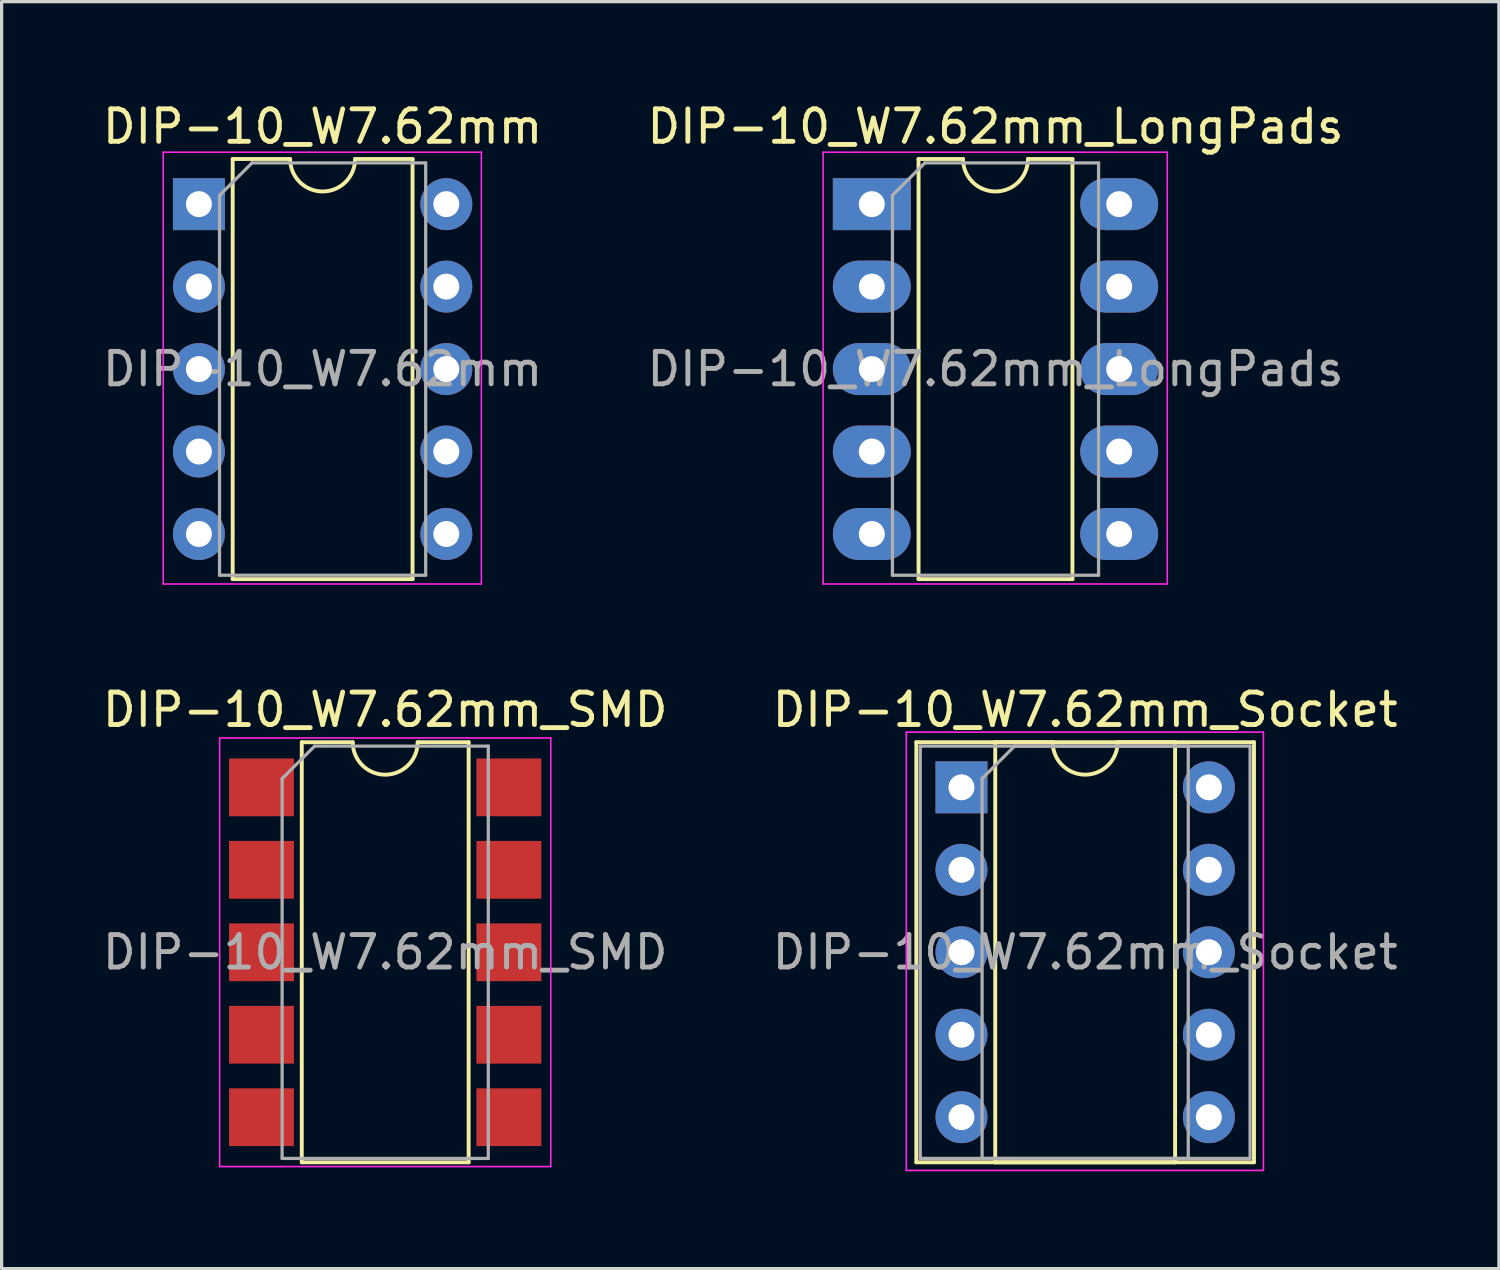
<source format=kicad_pcb>
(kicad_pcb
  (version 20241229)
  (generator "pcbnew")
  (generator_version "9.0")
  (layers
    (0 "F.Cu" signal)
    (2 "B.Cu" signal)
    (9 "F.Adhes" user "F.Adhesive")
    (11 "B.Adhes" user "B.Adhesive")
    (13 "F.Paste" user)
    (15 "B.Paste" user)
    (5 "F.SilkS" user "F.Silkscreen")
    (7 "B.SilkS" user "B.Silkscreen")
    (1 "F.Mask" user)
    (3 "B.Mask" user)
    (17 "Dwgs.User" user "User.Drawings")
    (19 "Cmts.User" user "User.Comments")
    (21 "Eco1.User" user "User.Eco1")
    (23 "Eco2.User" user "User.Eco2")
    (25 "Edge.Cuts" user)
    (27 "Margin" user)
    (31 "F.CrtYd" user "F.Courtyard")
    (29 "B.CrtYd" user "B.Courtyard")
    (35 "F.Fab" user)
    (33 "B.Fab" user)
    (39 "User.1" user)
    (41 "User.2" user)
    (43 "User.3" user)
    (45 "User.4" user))
  (footprint "DIP-10_W7.62mm_Socket"
    (layer "F.Cu")
    (at 26.565 21.201)
    (property "Reference" "DIP-10_W7.62mm_Socket" (at 3.81 -2.39 0) (layer "F.SilkS") (effects (font (size 1 1) (thickness 0.15))))
    (attr through_hole)
    (fp_line (start -1.39 -1.39) (end -1.39 11.55) (stroke (width 0.12) (type solid)) (layer "F.SilkS"))
    (fp_line (start -1.39 11.55) (end 9.01 11.55) (stroke (width 0.12) (type solid)) (layer "F.SilkS"))
    (fp_line (start 1.04 -1.39) (end 1.04 11.55) (stroke (width 0.12) (type solid)) (layer "F.SilkS"))
    (fp_line (start 1.04 11.55) (end 6.58 11.55) (stroke (width 0.12) (type solid)) (layer "F.SilkS"))
    (fp_line (start 2.81 -1.39) (end 1.04 -1.39) (stroke (width 0.12) (type solid)) (layer "F.SilkS"))
    (fp_line (start 6.58 -1.39) (end 4.81 -1.39) (stroke (width 0.12) (type solid)) (layer "F.SilkS"))
    (fp_line (start 6.58 11.55) (end 6.58 -1.39) (stroke (width 0.12) (type solid)) (layer "F.SilkS"))
    (fp_line (start 9.01 -1.39) (end -1.39 -1.39) (stroke (width 0.12) (type solid)) (layer "F.SilkS"))
    (fp_line (start 9.01 11.55) (end 9.01 -1.39) (stroke (width 0.12) (type solid)) (layer "F.SilkS"))
    (fp_arc (start 4.81 -1.39) (mid 3.81 -0.39) (end 2.81 -1.39) (stroke (width 0.12) (type solid)) (layer "F.SilkS"))
    (fp_line (start -1.7 -1.7) (end -1.7 11.8) (stroke (width 0.05) (type solid)) (layer "F.CrtYd"))
    (fp_line (start -1.7 11.8) (end 9.3 11.8) (stroke (width 0.05) (type solid)) (layer "F.CrtYd"))
    (fp_line (start 9.3 -1.7) (end -1.7 -1.7) (stroke (width 0.05) (type solid)) (layer "F.CrtYd"))
    (fp_line (start 9.3 11.8) (end 9.3 -1.7) (stroke (width 0.05) (type solid)) (layer "F.CrtYd"))
    (fp_line (start -1.27 -1.27) (end -1.27 11.43) (stroke (width 0.1) (type solid)) (layer "F.Fab"))
    (fp_line (start -1.27 11.43) (end 8.89 11.43) (stroke (width 0.1) (type solid)) (layer "F.Fab"))
    (fp_line (start 0.635 -0.27) (end 1.635 -1.27) (stroke (width 0.1) (type solid)) (layer "F.Fab"))
    (fp_line (start 0.635 11.43) (end 0.635 -0.27) (stroke (width 0.1) (type solid)) (layer "F.Fab"))
    (fp_line (start 1.635 -1.27) (end 6.985 -1.27) (stroke (width 0.1) (type solid)) (layer "F.Fab"))
    (fp_line (start 6.985 -1.27) (end 6.985 11.43) (stroke (width 0.1) (type solid)) (layer "F.Fab"))
    (fp_line (start 6.985 11.43) (end 0.635 11.43) (stroke (width 0.1) (type solid)) (layer "F.Fab"))
    (fp_line (start 8.89 -1.27) (end -1.27 -1.27) (stroke (width 0.1) (type solid)) (layer "F.Fab"))
    (fp_line (start 8.89 11.43) (end 8.89 -1.27) (stroke (width 0.1) (type solid)) (layer "F.Fab"))
    (fp_text user "${REFERENCE}" (at 3.81 5.08 0) (layer "F.Fab") (effects (font (size 1 1) (thickness 0.15))))
    (pad "1" thru_hole rect (at 0 0) (size 1.6 1.6) (drill 0.8) (layers "*.Cu" "*.Mask"))
    (pad "2" thru_hole oval (at 0 2.54) (size 1.6 1.6) (drill 0.8) (layers "*.Cu" "*.Mask"))
    (pad "3" thru_hole oval (at 0 5.08) (size 1.6 1.6) (drill 0.8) (layers "*.Cu" "*.Mask"))
    (pad "4" thru_hole oval (at 0 7.62) (size 1.6 1.6) (drill 0.8) (layers "*.Cu" "*.Mask"))
    (pad "5" thru_hole oval (at 0 10.16) (size 1.6 1.6) (drill 0.8) (layers "*.Cu" "*.Mask"))
    (pad "6" thru_hole oval (at 7.62 10.16) (size 1.6 1.6) (drill 0.8) (layers "*.Cu" "*.Mask"))
    (pad "7" thru_hole oval (at 7.62 7.62) (size 1.6 1.6) (drill 0.8) (layers "*.Cu" "*.Mask"))
    (pad "8" thru_hole oval (at 7.62 5.08) (size 1.6 1.6) (drill 0.8) (layers "*.Cu" "*.Mask"))
    (pad "9" thru_hole oval (at 7.62 2.54) (size 1.6 1.6) (drill 0.8) (layers "*.Cu" "*.Mask"))
    (pad "10" thru_hole oval (at 7.62 0) (size 1.6 1.6) (drill 0.8) (layers "*.Cu" "*.Mask")))
  (footprint "DIP-10_W7.62mm_LongPads"
    (layer "F.Cu")
    (at 23.803 3.238)
    (property "Reference" "DIP-10_W7.62mm_LongPads" (at 3.81 -2.39 0) (layer "F.SilkS") (effects (font (size 1 1) (thickness 0.15))))
    (attr through_hole)
    (fp_line (start 1.44 -1.39) (end 1.44 11.55) (stroke (width 0.12) (type solid)) (layer "F.SilkS"))
    (fp_line (start 1.44 11.55) (end 6.18 11.55) (stroke (width 0.12) (type solid)) (layer "F.SilkS"))
    (fp_line (start 2.81 -1.39) (end 1.44 -1.39) (stroke (width 0.12) (type solid)) (layer "F.SilkS"))
    (fp_line (start 6.18 -1.39) (end 4.81 -1.39) (stroke (width 0.12) (type solid)) (layer "F.SilkS"))
    (fp_line (start 6.18 11.55) (end 6.18 -1.39) (stroke (width 0.12) (type solid)) (layer "F.SilkS"))
    (fp_arc (start 4.81 -1.39) (mid 3.81 -0.39) (end 2.81 -1.39) (stroke (width 0.12) (type solid)) (layer "F.SilkS"))
    (fp_line (start -1.5 -1.6) (end -1.5 11.7) (stroke (width 0.05) (type solid)) (layer "F.CrtYd"))
    (fp_line (start -1.5 11.7) (end 9.1 11.7) (stroke (width 0.05) (type solid)) (layer "F.CrtYd"))
    (fp_line (start 9.1 -1.6) (end -1.5 -1.6) (stroke (width 0.05) (type solid)) (layer "F.CrtYd"))
    (fp_line (start 9.1 11.7) (end 9.1 -1.6) (stroke (width 0.05) (type solid)) (layer "F.CrtYd"))
    (fp_line (start 0.635 -0.27) (end 1.635 -1.27) (stroke (width 0.1) (type solid)) (layer "F.Fab"))
    (fp_line (start 0.635 11.43) (end 0.635 -0.27) (stroke (width 0.1) (type solid)) (layer "F.Fab"))
    (fp_line (start 1.635 -1.27) (end 6.985 -1.27) (stroke (width 0.1) (type solid)) (layer "F.Fab"))
    (fp_line (start 6.985 -1.27) (end 6.985 11.43) (stroke (width 0.1) (type solid)) (layer "F.Fab"))
    (fp_line (start 6.985 11.43) (end 0.635 11.43) (stroke (width 0.1) (type solid)) (layer "F.Fab"))
    (fp_text user "${REFERENCE}" (at 3.81 5.08 0) (layer "F.Fab") (effects (font (size 1 1) (thickness 0.15))))
    (pad "1" thru_hole rect (at 0 0) (size 2.4 1.6) (drill 0.8) (layers "*.Cu" "*.Mask"))
    (pad "2" thru_hole oval (at 0 2.54) (size 2.4 1.6) (drill 0.8) (layers "*.Cu" "*.Mask"))
    (pad "3" thru_hole oval (at 0 5.08) (size 2.4 1.6) (drill 0.8) (layers "*.Cu" "*.Mask"))
    (pad "4" thru_hole oval (at 0 7.62) (size 2.4 1.6) (drill 0.8) (layers "*.Cu" "*.Mask"))
    (pad "5" thru_hole oval (at 0 10.16) (size 2.4 1.6) (drill 0.8) (layers "*.Cu" "*.Mask"))
    (pad "6" thru_hole oval (at 7.62 10.16) (size 2.4 1.6) (drill 0.8) (layers "*.Cu" "*.Mask"))
    (pad "7" thru_hole oval (at 7.62 7.62) (size 2.4 1.6) (drill 0.8) (layers "*.Cu" "*.Mask"))
    (pad "8" thru_hole oval (at 7.62 5.08) (size 2.4 1.6) (drill 0.8) (layers "*.Cu" "*.Mask"))
    (pad "9" thru_hole oval (at 7.62 2.54) (size 2.4 1.6) (drill 0.8) (layers "*.Cu" "*.Mask"))
    (pad "10" thru_hole oval (at 7.62 0) (size 2.4 1.6) (drill 0.8) (layers "*.Cu" "*.Mask")))
  (footprint "DIP-10_W7.62mm"
    (layer "F.Cu")
    (at 3.077 3.238)
    (property "Reference" "DIP-10_W7.62mm" (at 3.81 -2.39 0) (layer "F.SilkS") (effects (font (size 1 1) (thickness 0.15))))
    (attr through_hole)
    (fp_line (start 1.04 -1.39) (end 1.04 11.55) (stroke (width 0.12) (type solid)) (layer "F.SilkS"))
    (fp_line (start 1.04 11.55) (end 6.58 11.55) (stroke (width 0.12) (type solid)) (layer "F.SilkS"))
    (fp_line (start 2.81 -1.39) (end 1.04 -1.39) (stroke (width 0.12) (type solid)) (layer "F.SilkS"))
    (fp_line (start 6.58 -1.39) (end 4.81 -1.39) (stroke (width 0.12) (type solid)) (layer "F.SilkS"))
    (fp_line (start 6.58 11.55) (end 6.58 -1.39) (stroke (width 0.12) (type solid)) (layer "F.SilkS"))
    (fp_arc (start 4.81 -1.39) (mid 3.81 -0.39) (end 2.81 -1.39) (stroke (width 0.12) (type solid)) (layer "F.SilkS"))
    (fp_line (start -1.1 -1.6) (end -1.1 11.7) (stroke (width 0.05) (type solid)) (layer "F.CrtYd"))
    (fp_line (start -1.1 11.7) (end 8.7 11.7) (stroke (width 0.05) (type solid)) (layer "F.CrtYd"))
    (fp_line (start 8.7 -1.6) (end -1.1 -1.6) (stroke (width 0.05) (type solid)) (layer "F.CrtYd"))
    (fp_line (start 8.7 11.7) (end 8.7 -1.6) (stroke (width 0.05) (type solid)) (layer "F.CrtYd"))
    (fp_line (start 0.635 -0.27) (end 1.635 -1.27) (stroke (width 0.1) (type solid)) (layer "F.Fab"))
    (fp_line (start 0.635 11.43) (end 0.635 -0.27) (stroke (width 0.1) (type solid)) (layer "F.Fab"))
    (fp_line (start 1.635 -1.27) (end 6.985 -1.27) (stroke (width 0.1) (type solid)) (layer "F.Fab"))
    (fp_line (start 6.985 -1.27) (end 6.985 11.43) (stroke (width 0.1) (type solid)) (layer "F.Fab"))
    (fp_line (start 6.985 11.43) (end 0.635 11.43) (stroke (width 0.1) (type solid)) (layer "F.Fab"))
    (fp_text user "${REFERENCE}" (at 3.81 5.08 0) (layer "F.Fab") (effects (font (size 1 1) (thickness 0.15))))
    (pad "1" thru_hole rect (at 0 0) (size 1.6 1.6) (drill 0.8) (layers "*.Cu" "*.Mask"))
    (pad "2" thru_hole oval (at 0 2.54) (size 1.6 1.6) (drill 0.8) (layers "*.Cu" "*.Mask"))
    (pad "3" thru_hole oval (at 0 5.08) (size 1.6 1.6) (drill 0.8) (layers "*.Cu" "*.Mask"))
    (pad "4" thru_hole oval (at 0 7.62) (size 1.6 1.6) (drill 0.8) (layers "*.Cu" "*.Mask"))
    (pad "5" thru_hole oval (at 0 10.16) (size 1.6 1.6) (drill 0.8) (layers "*.Cu" "*.Mask"))
    (pad "6" thru_hole oval (at 7.62 10.16) (size 1.6 1.6) (drill 0.8) (layers "*.Cu" "*.Mask"))
    (pad "7" thru_hole oval (at 7.62 7.62) (size 1.6 1.6) (drill 0.8) (layers "*.Cu" "*.Mask"))
    (pad "8" thru_hole oval (at 7.62 5.08) (size 1.6 1.6) (drill 0.8) (layers "*.Cu" "*.Mask"))
    (pad "9" thru_hole oval (at 7.62 2.54) (size 1.6 1.6) (drill 0.8) (layers "*.Cu" "*.Mask"))
    (pad "10" thru_hole oval (at 7.62 0) (size 1.6 1.6) (drill 0.8) (layers "*.Cu" "*.Mask")))
  (footprint "DIP-10_W7.62mm_SMD"
    (layer "F.Cu")
    (at 8.815 26.282)
    (property "Reference" "DIP-10_W7.62mm_SMD" (at 0 -7.47 0) (layer "F.SilkS") (effects (font (size 1 1) (thickness 0.15))))
    (attr smd)
    (fp_line (start -2.57 -6.47) (end -2.57 6.47) (stroke (width 0.12) (type solid)) (layer "F.SilkS"))
    (fp_line (start -2.57 6.47) (end 2.57 6.47) (stroke (width 0.12) (type solid)) (layer "F.SilkS"))
    (fp_line (start -1 -6.47) (end -2.57 -6.47) (stroke (width 0.12) (type solid)) (layer "F.SilkS"))
    (fp_line (start 2.57 -6.47) (end 1 -6.47) (stroke (width 0.12) (type solid)) (layer "F.SilkS"))
    (fp_line (start 2.57 6.47) (end 2.57 -6.47) (stroke (width 0.12) (type solid)) (layer "F.SilkS"))
    (fp_arc (start 1 -6.47) (mid 0 -5.47) (end -1 -6.47) (stroke (width 0.12) (type solid)) (layer "F.SilkS"))
    (fp_line (start -5.1 -6.6) (end -5.1 6.6) (stroke (width 0.05) (type solid)) (layer "F.CrtYd"))
    (fp_line (start -5.1 6.6) (end 5.1 6.6) (stroke (width 0.05) (type solid)) (layer "F.CrtYd"))
    (fp_line (start 5.1 -6.6) (end -5.1 -6.6) (stroke (width 0.05) (type solid)) (layer "F.CrtYd"))
    (fp_line (start 5.1 6.6) (end 5.1 -6.6) (stroke (width 0.05) (type solid)) (layer "F.CrtYd"))
    (fp_line (start -3.175 -5.35) (end -2.175 -6.35) (stroke (width 0.1) (type solid)) (layer "F.Fab"))
    (fp_line (start -3.175 6.35) (end -3.175 -5.35) (stroke (width 0.1) (type solid)) (layer "F.Fab"))
    (fp_line (start -2.175 -6.35) (end 3.175 -6.35) (stroke (width 0.1) (type solid)) (layer "F.Fab"))
    (fp_line (start 3.175 -6.35) (end 3.175 6.35) (stroke (width 0.1) (type solid)) (layer "F.Fab"))
    (fp_line (start 3.175 6.35) (end -3.175 6.35) (stroke (width 0.1) (type solid)) (layer "F.Fab"))
    (fp_text user "${REFERENCE}" (at 0 0 0) (layer "F.Fab") (effects (font (size 1 1) (thickness 0.15))))
    (pad "1" smd rect (at -3.81 -5.08) (size 2 1.78) (layers "F.Cu" "F.Mask" "F.Paste"))
    (pad "2" smd rect (at -3.81 -2.54) (size 2 1.78) (layers "F.Cu" "F.Mask" "F.Paste"))
    (pad "3" smd rect (at -3.81 0) (size 2 1.78) (layers "F.Cu" "F.Mask" "F.Paste"))
    (pad "4" smd rect (at -3.81 2.54) (size 2 1.78) (layers "F.Cu" "F.Mask" "F.Paste"))
    (pad "5" smd rect (at -3.81 5.08) (size 2 1.78) (layers "F.Cu" "F.Mask" "F.Paste"))
    (pad "6" smd rect (at 3.81 5.08) (size 2 1.78) (layers "F.Cu" "F.Mask" "F.Paste"))
    (pad "7" smd rect (at 3.81 2.54) (size 2 1.78) (layers "F.Cu" "F.Mask" "F.Paste"))
    (pad "8" smd rect (at 3.81 0) (size 2 1.78) (layers "F.Cu" "F.Mask" "F.Paste"))
    (pad "9" smd rect (at 3.81 -2.54) (size 2 1.78) (layers "F.Cu" "F.Mask" "F.Paste"))
    (pad "10" smd rect (at 3.81 -5.08) (size 2 1.78) (layers "F.Cu" "F.Mask" "F.Paste")))
  (gr_rect
    (start -3 -3)
    (end 43.119 36.026)
    (stroke (width 0.1) (type default))
    (fill no)
    (layer "Edge.Cuts")))
</source>
